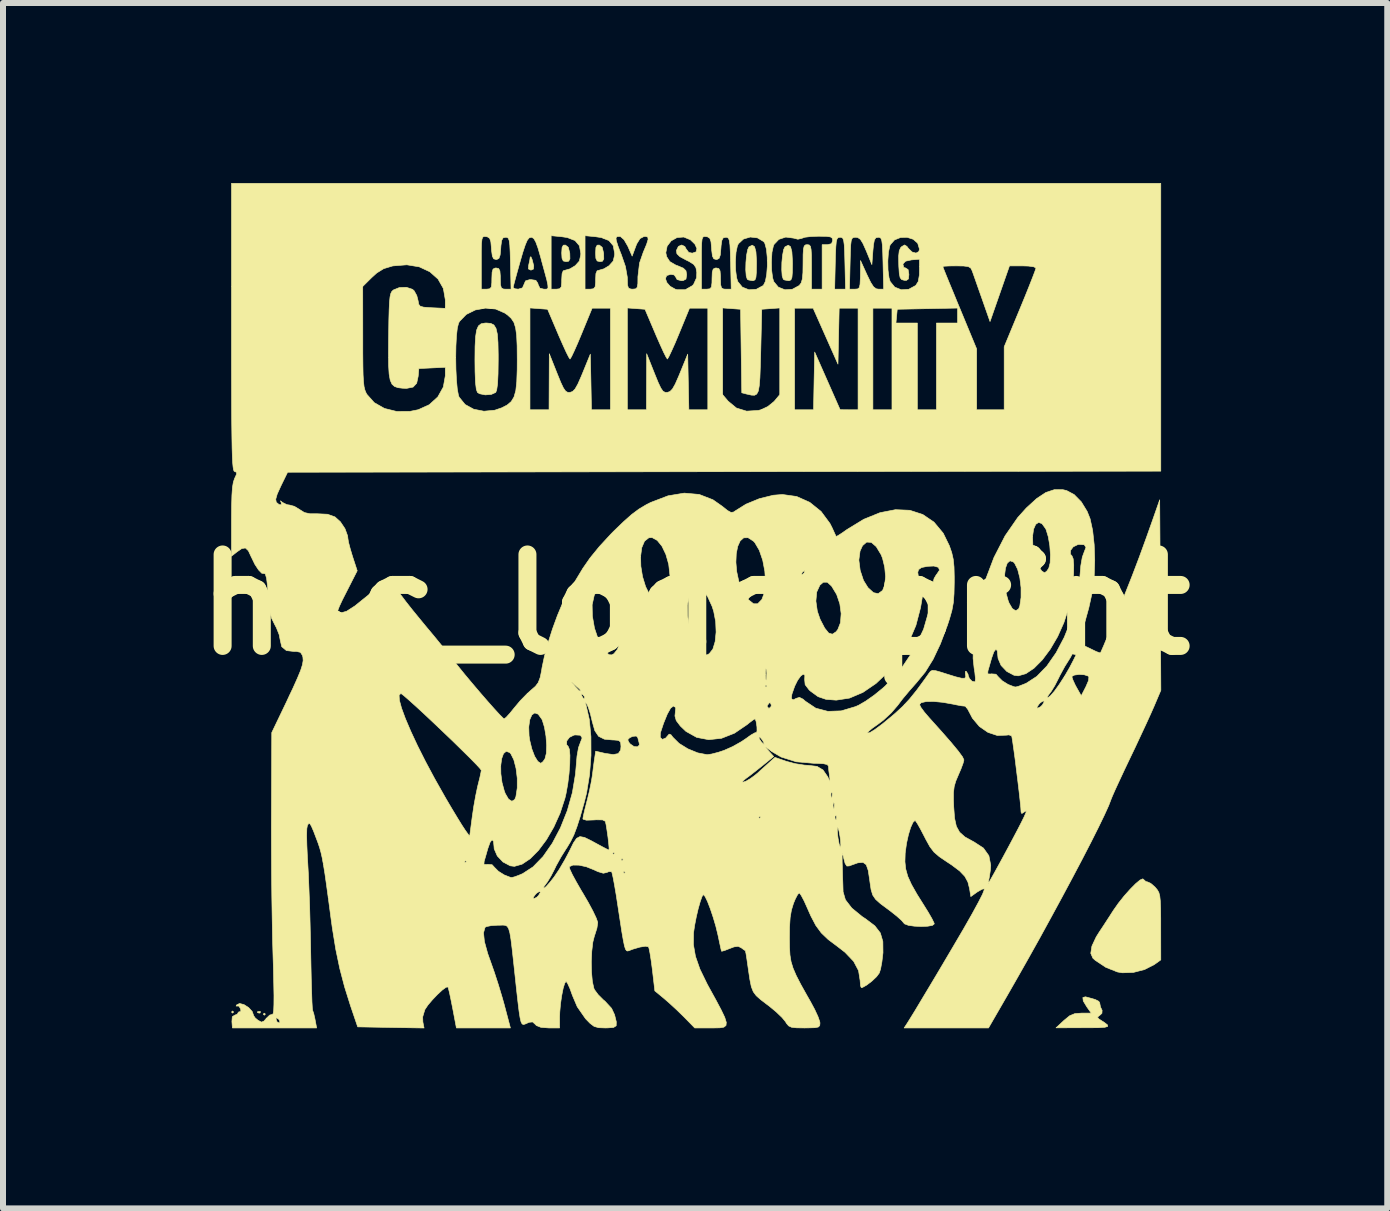
<source format=kicad_pcb>
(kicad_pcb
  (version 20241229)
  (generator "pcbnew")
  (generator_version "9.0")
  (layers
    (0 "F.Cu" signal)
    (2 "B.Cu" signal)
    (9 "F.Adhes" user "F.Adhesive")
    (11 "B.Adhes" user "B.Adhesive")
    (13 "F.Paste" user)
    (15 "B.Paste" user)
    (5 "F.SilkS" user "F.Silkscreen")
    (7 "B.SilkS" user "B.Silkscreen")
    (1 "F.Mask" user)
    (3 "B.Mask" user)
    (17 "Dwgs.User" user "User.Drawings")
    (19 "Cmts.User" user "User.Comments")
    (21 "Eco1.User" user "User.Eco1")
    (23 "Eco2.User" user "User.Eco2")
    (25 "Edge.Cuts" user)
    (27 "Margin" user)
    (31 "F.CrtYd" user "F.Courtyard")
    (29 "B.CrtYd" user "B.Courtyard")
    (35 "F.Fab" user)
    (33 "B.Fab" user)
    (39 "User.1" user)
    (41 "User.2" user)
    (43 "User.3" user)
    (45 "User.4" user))
  (footprint "hsc_logo_print"
    (layer "F.Cu")
    (at 8.534 7.025)
    (property "Reference" "hsc_logo_print" (at 0 0 0) (layer "F.SilkS") (effects (font (size 1.524 1.524) (thickness 0.3))))
    (attr through_hole)
    (fp_poly (pts (xy -7.691 6.791) (xy -7.708 6.809) (xy -7.726 6.791) (xy -7.708 6.773) (xy -7.691 6.791)) (stroke (width 0.01) (type solid)) (fill yes) (layer "F.SilkS"))
    (fp_poly (pts (xy -7.161 6.826) (xy -7.179 6.844) (xy -7.197 6.826) (xy -7.179 6.809) (xy -7.161 6.826)) (stroke (width 0.01) (type solid)) (fill yes) (layer "F.SilkS"))
    (fp_poly (pts (xy -7.244 6.785) (xy -7.249 6.806) (xy -7.267 6.809) (xy -7.296 6.796) (xy -7.291 6.785) (xy -7.249 6.781) (xy -7.244 6.785)) (stroke (width 0.01) (type solid)) (fill yes) (layer "F.SilkS"))
    (fp_poly (pts (xy -2.716 -5.75) (xy -2.689 -5.645) (xy -2.694 -5.591) (xy -2.733 -5.574) (xy -2.738 -5.574) (xy -2.778 -5.593) (xy -2.774 -5.653) (xy -2.755 -5.74) (xy -2.749 -5.786) (xy -2.737 -5.797) (xy -2.716 -5.75)) (stroke (width 0.01) (type solid)) (fill yes) (layer "F.SilkS"))
    (fp_poly (pts (xy -2.113 -5.953) (xy -2.089 -5.858) (xy -2.088 -5.847) (xy -2.086 -5.76) (xy -2.107 -5.722) (xy -2.15 -5.715) (xy -2.197 -5.726) (xy -2.218 -5.771) (xy -2.223 -5.859) (xy -2.217 -5.951) (xy -2.196 -5.989) (xy -2.161 -5.991) (xy -2.113 -5.953)) (stroke (width 0.01) (type solid)) (fill yes) (layer "F.SilkS"))
    (fp_poly (pts (xy -1.548 -5.953) (xy -1.525 -5.858) (xy -1.524 -5.847) (xy -1.522 -5.76) (xy -1.543 -5.722) (xy -1.585 -5.715) (xy -1.632 -5.726) (xy -1.654 -5.771) (xy -1.658 -5.859) (xy -1.653 -5.951) (xy -1.632 -5.989) (xy -1.596 -5.991) (xy -1.548 -5.953)) (stroke (width 0.01) (type solid)) (fill yes) (layer "F.SilkS"))
    (fp_poly (pts (xy 0.991 -5.963) (xy 1.014 -5.878) (xy 1.023 -5.729) (xy 1.023 -5.678) (xy 1.021 -5.537) (xy 1.014 -5.453) (xy 0.998 -5.411) (xy 0.969 -5.398) (xy 0.958 -5.397) (xy 0.891 -5.409) (xy 0.87 -5.421) (xy 0.852 -5.476) (xy 0.844 -5.578) (xy 0.847 -5.701) (xy 0.858 -5.822) (xy 0.877 -5.917) (xy 0.898 -5.961) (xy 0.953 -5.989) (xy 0.991 -5.963)) (stroke (width 0.01) (type solid)) (fill yes) (layer "F.SilkS"))
    (fp_poly (pts (xy 1.591 -5.963) (xy 1.613 -5.878) (xy 1.622 -5.729) (xy 1.623 -5.678) (xy 1.621 -5.537) (xy 1.614 -5.453) (xy 1.597 -5.411) (xy 1.569 -5.398) (xy 1.558 -5.397) (xy 1.491 -5.409) (xy 1.47 -5.421) (xy 1.451 -5.476) (xy 1.444 -5.578) (xy 1.446 -5.701) (xy 1.458 -5.822) (xy 1.476 -5.917) (xy 1.498 -5.961) (xy 1.553 -5.989) (xy 1.591 -5.963)) (stroke (width 0.01) (type solid)) (fill yes) (layer "F.SilkS"))
    (fp_poly (pts (xy -3.404 -4.685) (xy -3.353 -4.659) (xy -3.318 -4.603) (xy -3.296 -4.508) (xy -3.285 -4.366) (xy -3.281 -4.165) (xy -3.281 -4.079) (xy -3.284 -3.844) (xy -3.292 -3.677) (xy -3.307 -3.574) (xy -3.323 -3.535) (xy -3.396 -3.502) (xy -3.497 -3.494) (xy -3.591 -3.513) (xy -3.627 -3.535) (xy -3.646 -3.587) (xy -3.66 -3.702) (xy -3.667 -3.881) (xy -3.669 -4.079) (xy -3.667 -4.302) (xy -3.658 -4.464) (xy -3.641 -4.574) (xy -3.611 -4.643) (xy -3.566 -4.679) (xy -3.502 -4.691) (xy -3.475 -4.692) (xy -3.404 -4.685)) (stroke (width 0.01) (type solid)) (fill yes) (layer "F.SilkS"))
    (fp_poly (pts (xy 6.526 6.542) (xy 6.624 6.569) (xy 6.668 6.582) (xy 6.727 6.612) (xy 6.742 6.635) (xy 6.756 6.707) (xy 6.781 6.758) (xy 6.783 6.762) (xy 6.78 6.812) (xy 6.748 6.842) (xy 6.706 6.875) (xy 6.726 6.904) (xy 6.738 6.912) (xy 6.825 6.968) (xy 6.873 7.006) (xy 6.876 7.031) (xy 6.828 7.045) (xy 6.723 7.052) (xy 6.555 7.053) (xy 6.473 7.053) (xy 6.015 7.054) (xy 6.147 6.931) (xy 6.242 6.853) (xy 6.329 6.817) (xy 6.44 6.809) (xy 6.602 6.809) (xy 6.529 6.706) (xy 6.469 6.607) (xy 6.462 6.549) (xy 6.505 6.537) (xy 6.526 6.542)) (stroke (width 0.01) (type solid)) (fill yes) (layer "F.SilkS"))
    (fp_poly (pts (xy 7.47 4.578) (xy 7.513 4.617) (xy 7.536 4.621) (xy 7.593 4.646) (xy 7.663 4.707) (xy 7.673 4.718) (xy 7.706 4.758) (xy 7.729 4.8) (xy 7.744 4.857) (xy 7.753 4.94) (xy 7.758 5.062) (xy 7.76 5.236) (xy 7.76 5.369) (xy 7.761 5.922) (xy 7.651 6.001) (xy 7.49 6.083) (xy 7.303 6.131) (xy 7.119 6.137) (xy 7.038 6.123) (xy 6.845 6.046) (xy 6.67 5.93) (xy 6.629 5.893) (xy 6.594 5.812) (xy 6.613 5.692) (xy 6.685 5.538) (xy 6.736 5.457) (xy 6.809 5.347) (xy 6.898 5.21) (xy 6.97 5.098) (xy 7.054 4.978) (xy 7.151 4.856) (xy 7.25 4.745) (xy 7.341 4.653) (xy 7.415 4.591) (xy 7.461 4.571) (xy 7.47 4.578)) (stroke (width 0.01) (type solid)) (fill yes) (layer "F.SilkS"))
    (fp_poly (pts (xy 7.761 -2.223) (xy 0.485 -2.214) (xy -6.791 -2.205) (xy -6.903 -1.976) (xy -6.964 -1.842) (xy -6.989 -1.755) (xy -6.98 -1.706) (xy -6.978 -1.703) (xy -6.931 -1.665) (xy -6.896 -1.663) (xy -6.897 -1.697) (xy -6.9 -1.702) (xy -6.91 -1.729) (xy -6.879 -1.704) (xy -6.877 -1.702) (xy -6.803 -1.665) (xy -6.756 -1.658) (xy -6.679 -1.637) (xy -6.592 -1.585) (xy -6.587 -1.581) (xy -6.51 -1.533) (xy -6.418 -1.513) (xy -6.298 -1.513) (xy -6.125 -1.505) (xy -6.002 -1.461) (xy -5.912 -1.38) (xy -5.835 -1.265) (xy -5.791 -1.145) (xy -5.786 -1.101) (xy -5.776 -1.039) (xy -5.748 -0.932) (xy -5.71 -0.805) (xy -5.709 -0.802) (xy -5.631 -0.563) (xy -5.797 -0.237) (xy -5.878 -0.078) (xy -5.928 0.029) (xy -5.953 0.094) (xy -5.953 0.127) (xy -5.933 0.14) (xy -5.909 0.141) (xy -5.806 0.111) (xy -5.668 0.022) (xy -5.567 -0.06) (xy -5.391 -0.201) (xy -5.246 -0.294) (xy -5.136 -0.337) (xy -5.084 -0.337) (xy -5.026 -0.297) (xy -4.949 -0.217) (xy -4.89 -0.142) (xy -4.817 -0.045) (xy -4.712 0.088) (xy -4.591 0.236) (xy -4.49 0.359) (xy -4.362 0.512) (xy -4.232 0.671) (xy -4.118 0.814) (xy -4.051 0.9) (xy -3.954 1.022) (xy -3.839 1.164) (xy -3.711 1.317) (xy -3.581 1.47) (xy -3.457 1.613) (xy -3.346 1.738) (xy -3.258 1.834) (xy -3.2 1.892) (xy -3.182 1.905) (xy -3.148 1.879) (xy -3.086 1.811) (xy -3.018 1.727) (xy -2.917 1.606) (xy -2.803 1.489) (xy -2.799 1.485) (xy -1.895 1.485) (xy -1.888 1.521) (xy -1.885 1.527) (xy -1.857 1.57) (xy -1.841 1.571) (xy -1.841 1.569) (xy 1.604 1.569) (xy 1.636 1.588) (xy 1.686 1.563) (xy 1.739 1.547) (xy 1.798 1.576) (xy 1.839 1.612) (xy 2.011 1.727) (xy 2.212 1.78) (xy 2.435 1.772) (xy 2.673 1.701) (xy 2.729 1.676) (xy 2.844 1.609) (xy 2.985 1.51) (xy 3.125 1.396) (xy 3.171 1.355) (xy 3.432 1.071) (xy 3.647 0.752) (xy 3.808 0.411) (xy 3.91 0.059) (xy 3.941 -0.173) (xy 3.958 -0.331) (xy 3.983 -0.435) (xy 4.021 -0.499) (xy 4.028 -0.506) (xy 4.073 -0.573) (xy 4.055 -0.62) (xy 3.98 -0.642) (xy 3.873 -0.637) (xy 3.773 -0.617) (xy 3.725 -0.583) (xy 3.711 -0.538) (xy 3.72 -0.473) (xy 3.755 -0.459) (xy 3.79 -0.44) (xy 3.806 -0.379) (xy 3.804 -0.269) (xy 3.783 -0.102) (xy 3.757 0.053) (xy 3.68 0.347) (xy 3.56 0.629) (xy 3.404 0.89) (xy 3.22 1.121) (xy 3.015 1.315) (xy 2.797 1.464) (xy 2.573 1.559) (xy 2.352 1.593) (xy 2.182 1.58) (xy 2.05 1.535) (xy 1.926 1.445) (xy 1.901 1.423) (xy 1.834 1.335) (xy 1.826 1.251) (xy 1.829 1.178) (xy 1.804 1.16) (xy 1.761 1.19) (xy 1.708 1.263) (xy 1.66 1.36) (xy 1.613 1.494) (xy 1.604 1.569) (xy -1.841 1.569) (xy -1.845 1.533) (xy -1.865 1.508) (xy -1.895 1.485) (xy -2.799 1.485) (xy -2.737 1.429) (xy -2.66 1.362) (xy -2.612 1.298) (xy -2.609 1.288) (xy -2.064 1.288) (xy -1.997 1.367) (xy -1.934 1.434) (xy -1.907 1.443) (xy -1.905 1.434) (xy -1.929 1.405) (xy -1.981 1.358) (xy 1.164 1.358) (xy 1.182 1.376) (xy 1.199 1.358) (xy 1.182 1.341) (xy 1.164 1.358) (xy -1.981 1.358) (xy -1.984 1.355) (xy -2.064 1.288) (xy -2.609 1.288) (xy -2.582 1.216) (xy -2.571 1.164) (xy 1.174 1.164) (xy 1.177 1.24) (xy 1.184 1.261) (xy 1.189 1.244) (xy 1.195 1.141) (xy 1.189 1.085) (xy 1.18 1.068) (xy 1.175 1.112) (xy 1.174 1.164) (xy -2.571 1.164) (xy -2.557 1.093) (xy -2.551 1.052) (xy -2.511 0.862) (xy -2.451 0.641) (xy -2.377 0.408) (xy -2.295 0.184) (xy -2.22 0.004) (xy -1.716 0.004) (xy -1.712 0.192) (xy -1.677 0.393) (xy -1.613 0.583) (xy -1.527 0.741) (xy -1.492 0.784) (xy -1.435 0.836) (xy -1.389 0.839) (xy -1.352 0.819) (xy -1.292 0.743) (xy -1.253 0.618) (xy -1.237 0.459) (xy -1.245 0.285) (xy -1.277 0.113) (xy -1.303 0.032) (xy -1.316 0.004) (xy -0.128 0.004) (xy -0.125 0.192) (xy -0.089 0.393) (xy -0.026 0.583) (xy 0.061 0.741) (xy 0.095 0.784) (xy 0.152 0.836) (xy 0.199 0.839) (xy 0.236 0.819) (xy 0.296 0.743) (xy 0.334 0.618) (xy 0.35 0.459) (xy 0.343 0.285) (xy 0.31 0.113) (xy 0.284 0.032) (xy 0.207 -0.136) (xy 0.127 -0.241) (xy 0.049 -0.283) (xy -0.023 -0.259) (xy -0.087 -0.167) (xy -0.094 -0.15) (xy -0.128 0.004) (xy -1.316 0.004) (xy -1.381 -0.136) (xy -1.46 -0.241) (xy -1.538 -0.283) (xy -1.611 -0.259) (xy -1.674 -0.167) (xy -1.682 -0.15) (xy -1.716 0.004) (xy -2.22 0.004) (xy -2.214 -0.011) (xy -2.14 -0.155) (xy -2.069 -0.274) (xy -1.979 -0.424) (xy -1.887 -0.576) (xy -1.873 -0.6) (xy -1.755 -0.77) (xy -1.728 -0.804) (xy -0.908 -0.804) (xy -0.904 -0.638) (xy -0.876 -0.465) (xy -0.825 -0.299) (xy -0.753 -0.154) (xy -0.696 -0.079) (xy -0.642 -0.024) (xy -0.614 -0.000012) (xy -0.614 0) (xy -0.594 -0.028) (xy -0.55 -0.1) (xy -0.51 -0.168) (xy -0.44 -0.328) (xy -0.419 -0.483) (xy -0.42 -0.494) (xy -0.44 -0.673) (xy -0.449 -0.704) (xy 0.68 -0.704) (xy 0.693 -0.551) (xy 0.726 -0.397) (xy 0.78 -0.251) (xy 0.855 -0.123) (xy 0.891 -0.079) (xy 0.974 -0.013) (xy 1.043 -0.013) (xy 1.087 -0.058) (xy 2.013 -0.058) (xy 2.037 0.111) (xy 2.083 0.245) (xy 2.16 0.393) (xy 2.226 0.475) (xy 2.288 0.494) (xy 2.35 0.453) (xy 2.379 0.415) (xy 2.423 0.302) (xy 2.434 0.151) (xy 2.412 -0.013) (xy 2.36 -0.166) (xy 2.355 -0.175) (xy 2.275 -0.307) (xy 2.204 -0.372) (xy 2.137 -0.372) (xy 2.079 -0.322) (xy 2.027 -0.209) (xy 2.013 -0.058) (xy 1.087 -0.058) (xy 1.109 -0.08) (xy 1.114 -0.088) (xy 1.159 -0.208) (xy 1.174 -0.371) (xy 1.166 -0.496) (xy 1.773 -0.496) (xy 1.777 -0.494) (xy 1.81 -0.519) (xy 1.817 -0.529) (xy 1.826 -0.562) (xy 1.821 -0.564) (xy 1.789 -0.54) (xy 1.782 -0.529) (xy 1.773 -0.496) (xy 1.166 -0.496) (xy 1.162 -0.555) (xy 1.127 -0.739) (xy 1.126 -0.742) (xy 2.729 -0.742) (xy 2.751 -0.57) (xy 2.806 -0.403) (xy 2.881 -0.282) (xy 2.973 -0.198) (xy 3.052 -0.182) (xy 3.123 -0.234) (xy 3.126 -0.238) (xy 3.162 -0.332) (xy 3.174 -0.468) (xy 3.16 -0.622) (xy 3.124 -0.771) (xy 3.1 -0.831) (xy 3.019 -0.965) (xy 2.937 -1.036) (xy 2.859 -1.041) (xy 2.79 -0.981) (xy 2.749 -0.891) (xy 2.729 -0.742) (xy 1.126 -0.742) (xy 1.07 -0.905) (xy 0.996 -1.031) (xy 0.972 -1.057) (xy 0.883 -1.114) (xy 0.809 -1.112) (xy 0.751 -1.06) (xy 0.71 -0.969) (xy 0.686 -0.847) (xy 0.68 -0.704) (xy -0.449 -0.704) (xy -0.487 -0.836) (xy -0.552 -0.972) (xy -0.631 -1.069) (xy -0.716 -1.116) (xy -0.771 -1.113) (xy -0.843 -1.056) (xy -0.889 -0.948) (xy -0.908 -0.804) (xy -1.728 -0.804) (xy -1.595 -0.967) (xy -1.405 -1.173) (xy -1.36 -1.219) (xy -1.193 -1.38) (xy -1.058 -1.5) (xy -0.936 -1.591) (xy -0.814 -1.664) (xy -0.741 -1.701) (xy -0.451 -1.812) (xy -0.181 -1.857) (xy 0.069 -1.835) (xy 0.298 -1.746) (xy 0.452 -1.638) (xy 0.542 -1.566) (xy 0.598 -1.536) (xy 0.64 -1.541) (xy 0.663 -1.557) (xy 0.848 -1.673) (xy 1.072 -1.765) (xy 1.304 -1.822) (xy 1.456 -1.834) (xy 1.692 -1.801) (xy 1.91 -1.704) (xy 2.099 -1.552) (xy 2.247 -1.352) (xy 2.285 -1.277) (xy 2.323 -1.193) (xy 2.347 -1.141) (xy 2.35 -1.135) (xy 2.38 -1.148) (xy 2.45 -1.193) (xy 2.531 -1.25) (xy 2.811 -1.421) (xy 3.082 -1.531) (xy 3.339 -1.581) (xy 3.578 -1.571) (xy 3.794 -1.501) (xy 3.981 -1.374) (xy 4.135 -1.189) (xy 4.237 -0.981) (xy 4.277 -0.865) (xy 4.302 -0.755) (xy 4.315 -0.628) (xy 4.319 -0.463) (xy 4.319 -0.37) (xy 4.315 -0.18) (xy 4.304 -0.034) (xy 4.28 0.097) (xy 4.24 0.238) (xy 4.206 0.343) (xy 4.088 0.656) (xy 3.967 0.912) (xy 3.836 1.124) (xy 3.689 1.303) (xy 3.575 1.432) (xy 3.458 1.572) (xy 3.375 1.682) (xy 3.269 1.805) (xy 3.137 1.927) (xy 3.048 1.994) (xy 2.952 2.062) (xy 2.889 2.115) (xy 2.871 2.142) (xy 2.871 2.142) (xy 2.912 2.135) (xy 2.998 2.082) (xy 3.124 1.988) (xy 3.284 1.856) (xy 3.34 1.808) (xy 3.46 1.697) (xy 3.488 1.667) (xy 3.74 1.667) (xy 3.763 1.714) (xy 3.822 1.794) (xy 3.902 1.887) (xy 4.105 2.113) (xy 4.267 2.298) (xy 4.385 2.441) (xy 4.457 2.539) (xy 4.48 2.59) (xy 4.466 2.645) (xy 4.43 2.742) (xy 4.388 2.839) (xy 4.344 2.943) (xy 4.318 3.033) (xy 4.306 3.133) (xy 4.306 3.266) (xy 4.31 3.371) (xy 4.324 3.56) (xy 4.354 3.696) (xy 4.408 3.794) (xy 4.497 3.873) (xy 4.631 3.947) (xy 4.648 3.956) (xy 4.805 4.058) (xy 4.896 4.186) (xy 4.927 4.344) (xy 4.922 4.419) (xy 4.905 4.533) (xy 4.888 4.624) (xy 4.881 4.648) (xy 4.89 4.64) (xy 4.926 4.58) (xy 4.983 4.479) (xy 5.055 4.348) (xy 5.137 4.198) (xy 5.222 4.04) (xy 5.305 3.884) (xy 5.38 3.742) (xy 5.44 3.625) (xy 5.479 3.546) (xy 5.515 3.465) (xy 5.518 3.437) (xy 5.491 3.453) (xy 5.488 3.455) (xy 5.445 3.483) (xy 5.432 3.459) (xy 5.432 3.453) (xy 5.428 3.386) (xy 5.416 3.269) (xy 5.399 3.116) (xy 5.378 2.94) (xy 5.355 2.756) (xy 5.333 2.576) (xy 5.311 2.416) (xy 5.293 2.289) (xy 5.28 2.209) (xy 5.275 2.189) (xy 5.23 2.172) (xy 5.186 2.177) (xy 5.036 2.182) (xy 4.88 2.13) (xy 4.737 2.031) (xy 4.622 1.894) (xy 4.586 1.825) (xy 4.542 1.742) (xy 4.514 1.708) (xy 5.698 1.708) (xy 5.705 1.729) (xy 5.756 1.704) (xy 5.786 1.675) (xy 5.818 1.62) (xy 5.804 1.605) (xy 5.756 1.634) (xy 5.733 1.658) (xy 5.698 1.708) (xy 4.514 1.708) (xy 4.504 1.696) (xy 4.494 1.693) (xy 4.443 1.688) (xy 4.351 1.671) (xy 4.304 1.661) (xy 4.131 1.63) (xy 3.975 1.615) (xy 3.849 1.617) (xy 3.767 1.636) (xy 3.74 1.667) (xy 3.488 1.667) (xy 3.573 1.576) (xy 3.692 1.429) (xy 3.829 1.242) (xy 3.896 1.147) (xy 3.923 1.112) (xy 3.955 1.097) (xy 4.009 1.102) (xy 4.101 1.128) (xy 4.188 1.156) (xy 4.342 1.204) (xy 4.441 1.228) (xy 4.493 1.228) (xy 4.511 1.205) (xy 4.505 1.164) (xy 4.503 1.116) (xy 4.519 1.113) (xy 4.549 1.162) (xy 4.551 1.18) (xy 4.571 1.233) (xy 4.614 1.277) (xy 4.656 1.289) (xy 4.668 1.28) (xy 4.672 1.232) (xy 4.664 1.155) (xy 4.877 1.155) (xy 4.92 1.158) (xy 4.936 1.155) (xy 5.014 1.161) (xy 5.055 1.207) (xy 5.119 1.271) (xy 5.217 1.332) (xy 5.315 1.37) (xy 5.345 1.374) (xy 5.396 1.36) (xy 5.484 1.326) (xy 5.523 1.309) (xy 5.695 1.197) (xy 5.862 1.025) (xy 6.016 0.804) (xy 6.152 0.546) (xy 6.266 0.26) (xy 6.351 -0.041) (xy 6.402 -0.346) (xy 6.412 -0.459) (xy 6.428 -0.648) (xy 6.453 -0.791) (xy 6.484 -0.875) (xy 6.484 -0.875) (xy 6.514 -0.953) (xy 6.485 -0.997) (xy 6.399 -1.002) (xy 6.378 -0.999) (xy 6.302 -0.962) (xy 6.257 -0.902) (xy 6.255 -0.84) (xy 6.281 -0.81) (xy 6.301 -0.762) (xy 6.31 -0.66) (xy 6.308 -0.519) (xy 6.295 -0.356) (xy 6.274 -0.186) (xy 6.245 -0.024) (xy 6.227 0.053) (xy 6.146 0.301) (xy 6.042 0.534) (xy 5.919 0.744) (xy 5.786 0.922) (xy 5.648 1.061) (xy 5.512 1.152) (xy 5.385 1.188) (xy 5.316 1.179) (xy 5.195 1.115) (xy 5.099 1.014) (xy 5.049 0.897) (xy 5.045 0.858) (xy 5.036 0.769) (xy 5.012 0.746) (xy 4.979 0.788) (xy 4.942 0.891) (xy 4.911 1) (xy 4.885 1.089) (xy 4.88 1.108) (xy 4.877 1.155) (xy 4.664 1.155) (xy 4.663 1.139) (xy 4.65 1.058) (xy 4.633 0.898) (xy 4.636 0.693) (xy 4.653 0.471) (xy 4.721 0.032) (xy 4.831 -0.39) (xy 4.87 -0.492) (xy 5.158 -0.492) (xy 5.159 -0.355) (xy 5.178 -0.21) (xy 5.216 -0.069) (xy 5.232 -0.026) (xy 5.287 0.068) (xy 5.343 0.103) (xy 5.39 0.075) (xy 5.411 0.026) (xy 5.432 -0.118) (xy 5.432 -0.282) (xy 5.412 -0.445) (xy 5.375 -0.588) (xy 5.325 -0.688) (xy 5.305 -0.709) (xy 5.248 -0.729) (xy 5.203 -0.691) (xy 5.173 -0.608) (xy 5.158 -0.492) (xy 4.87 -0.492) (xy 4.981 -0.785) (xy 5.162 -1.137) (xy 5.624 -1.137) (xy 5.629 -0.988) (xy 5.64 -0.913) (xy 5.675 -0.769) (xy 5.722 -0.646) (xy 5.775 -0.561) (xy 5.824 -0.529) (xy 5.861 -0.557) (xy 5.894 -0.605) (xy 5.917 -0.695) (xy 5.922 -0.829) (xy 5.911 -0.982) (xy 5.886 -1.129) (xy 5.85 -1.247) (xy 5.842 -1.264) (xy 5.781 -1.348) (xy 5.725 -1.369) (xy 5.676 -1.336) (xy 5.641 -1.256) (xy 5.624 -1.137) (xy 5.162 -1.137) (xy 5.164 -1.142) (xy 5.377 -1.45) (xy 5.519 -1.608) (xy 5.693 -1.767) (xy 5.846 -1.868) (xy 5.988 -1.915) (xy 6.13 -1.914) (xy 6.191 -1.9) (xy 6.317 -1.833) (xy 6.436 -1.712) (xy 6.534 -1.552) (xy 6.583 -1.429) (xy 6.625 -1.236) (xy 6.651 -0.997) (xy 6.66 -0.735) (xy 6.651 -0.474) (xy 6.624 -0.236) (xy 6.618 -0.202) (xy 6.561 0.056) (xy 6.49 0.311) (xy 6.411 0.546) (xy 6.329 0.745) (xy 6.249 0.892) (xy 6.243 0.901) (xy 6.161 1.032) (xy 6.081 1.179) (xy 6.053 1.236) (xy 5.995 1.35) (xy 5.936 1.446) (xy 5.908 1.483) (xy 5.872 1.533) (xy 5.877 1.552) (xy 5.92 1.522) (xy 5.988 1.444) (xy 6.07 1.33) (xy 6.152 1.203) (xy 6.279 1.203) (xy 6.296 1.256) (xy 6.336 1.343) (xy 6.357 1.381) (xy 6.435 1.52) (xy 6.513 1.369) (xy 6.558 1.264) (xy 6.562 1.206) (xy 6.549 1.191) (xy 6.485 1.17) (xy 6.4 1.165) (xy 6.323 1.175) (xy 6.281 1.197) (xy 6.279 1.203) (xy 6.152 1.203) (xy 6.158 1.194) (xy 6.242 1.049) (xy 6.306 0.926) (xy 6.364 0.807) (xy 6.412 0.718) (xy 6.44 0.673) (xy 6.444 0.67) (xy 6.481 0.685) (xy 6.559 0.722) (xy 6.602 0.743) (xy 6.689 0.785) (xy 6.746 0.805) (xy 6.756 0.805) (xy 6.772 0.77) (xy 6.811 0.681) (xy 6.867 0.546) (xy 6.938 0.378) (xy 7.017 0.185) (xy 7.021 0.176) (xy 7.162 -0.171) (xy 7.286 -0.484) (xy 7.402 -0.789) (xy 7.52 -1.113) (xy 7.632 -1.429) (xy 7.743 -1.746) (xy 7.753 -0.159) (xy 7.762 1.429) (xy 7.65 1.693) (xy 7.597 1.813) (xy 7.521 1.98) (xy 7.429 2.177) (xy 7.33 2.389) (xy 7.247 2.562) (xy 7.154 2.757) (xy 7.071 2.935) (xy 7.002 3.084) (xy 6.954 3.193) (xy 6.931 3.25) (xy 6.892 3.352) (xy 6.821 3.508) (xy 6.722 3.713) (xy 6.599 3.958) (xy 6.455 4.237) (xy 6.293 4.544) (xy 6.118 4.871) (xy 5.933 5.212) (xy 5.742 5.561) (xy 5.547 5.91) (xy 5.353 6.252) (xy 5.211 6.5) (xy 4.89 7.056) (xy 3.484 7.056) (xy 3.536 6.976) (xy 3.584 6.899) (xy 3.663 6.771) (xy 3.766 6.599) (xy 3.889 6.394) (xy 4.026 6.165) (xy 4.171 5.92) (xy 4.292 5.715) (xy 4.474 5.405) (xy 4.617 5.154) (xy 4.722 4.961) (xy 4.79 4.828) (xy 4.819 4.753) (xy 4.819 4.737) (xy 4.782 4.744) (xy 4.714 4.783) (xy 4.698 4.793) (xy 4.595 4.867) (xy 4.574 4.735) (xy 4.546 4.624) (xy 4.495 4.53) (xy 4.409 4.44) (xy 4.276 4.34) (xy 4.197 4.288) (xy 4.069 4.201) (xy 3.981 4.125) (xy 3.913 4.036) (xy 3.845 3.913) (xy 3.82 3.864) (xy 3.757 3.743) (xy 3.705 3.651) (xy 3.671 3.602) (xy 3.665 3.598) (xy 3.631 3.63) (xy 3.592 3.716) (xy 3.555 3.837) (xy 3.524 3.977) (xy 3.504 4.12) (xy 3.501 4.148) (xy 3.497 4.286) (xy 3.51 4.407) (xy 3.544 4.529) (xy 3.605 4.664) (xy 3.698 4.828) (xy 3.806 5) (xy 3.885 5.127) (xy 3.946 5.233) (xy 3.981 5.304) (xy 3.986 5.322) (xy 3.955 5.347) (xy 3.875 5.361) (xy 3.768 5.365) (xy 3.654 5.36) (xy 3.555 5.346) (xy 3.491 5.322) (xy 3.48 5.31) (xy 3.443 5.266) (xy 3.364 5.195) (xy 3.256 5.109) (xy 3.213 5.077) (xy 3.088 4.984) (xy 3.008 4.912) (xy 2.96 4.841) (xy 2.933 4.752) (xy 2.914 4.625) (xy 2.909 4.586) (xy 2.885 4.43) (xy 2.852 4.336) (xy 2.799 4.297) (xy 2.713 4.304) (xy 2.584 4.35) (xy 2.569 4.356) (xy 2.529 4.358) (xy 2.5 4.315) (xy 2.477 4.227) (xy 2.462 4.163) (xy 2.453 4.15) (xy 2.45 4.194) (xy 2.451 4.299) (xy 2.454 4.374) (xy 2.458 4.529) (xy 2.463 4.669) (xy 2.466 4.77) (xy 2.466 4.786) (xy 2.505 4.92) (xy 2.611 5.058) (xy 2.784 5.2) (xy 2.843 5.239) (xy 2.995 5.354) (xy 3.087 5.473) (xy 3.129 5.616) (xy 3.131 5.803) (xy 3.129 5.82) (xy 3.113 5.956) (xy 3.091 6.074) (xy 3.07 6.14) (xy 3.024 6.202) (xy 2.947 6.275) (xy 2.861 6.341) (xy 2.79 6.381) (xy 2.77 6.385) (xy 2.757 6.354) (xy 2.751 6.279) (xy 2.751 6.271) (xy 2.724 6.101) (xy 2.642 5.946) (xy 2.499 5.796) (xy 2.374 5.699) (xy 2.218 5.582) (xy 2.103 5.472) (xy 2.012 5.348) (xy 1.929 5.19) (xy 1.871 5.059) (xy 1.818 4.941) (xy 1.771 4.852) (xy 1.741 4.808) (xy 1.738 4.807) (xy 1.71 4.831) (xy 1.671 4.905) (xy 1.639 4.982) (xy 1.605 5.094) (xy 1.584 5.218) (xy 1.574 5.375) (xy 1.572 5.56) (xy 1.574 5.715) (xy 1.581 5.84) (xy 1.599 5.95) (xy 1.632 6.059) (xy 1.684 6.18) (xy 1.76 6.328) (xy 1.865 6.516) (xy 1.921 6.614) (xy 1.993 6.748) (xy 2.048 6.867) (xy 2.078 6.953) (xy 2.081 6.975) (xy 2.077 7.017) (xy 2.053 7.041) (xy 1.996 7.052) (xy 1.889 7.055) (xy 1.824 7.056) (xy 1.691 7.054) (xy 1.609 7.045) (xy 1.559 7.022) (xy 1.523 6.98) (xy 1.506 6.951) (xy 1.449 6.882) (xy 1.352 6.789) (xy 1.234 6.691) (xy 1.2 6.666) (xy 1.094 6.585) (xy 1.02 6.52) (xy 0.97 6.453) (xy 0.937 6.369) (xy 0.913 6.251) (xy 0.888 6.084) (xy 0.881 6.035) (xy 0.863 5.909) (xy 0.848 5.815) (xy 0.838 5.77) (xy 0.837 5.769) (xy 0.806 5.748) (xy 0.77 5.721) (xy 0.718 5.696) (xy 0.649 5.705) (xy 0.58 5.731) (xy 0.496 5.764) (xy 0.446 5.778) (xy 0.441 5.777) (xy 0.431 5.741) (xy 0.412 5.653) (xy 0.386 5.531) (xy 0.38 5.503) (xy 0.346 5.363) (xy 0.302 5.214) (xy 0.254 5.071) (xy 0.207 4.949) (xy 0.166 4.865) (xy 0.138 4.834) (xy 0.116 4.865) (xy 0.086 4.949) (xy 0.052 5.068) (xy 0.02 5.205) (xy -0.007 5.343) (xy -0.025 5.464) (xy -0.026 5.473) (xy -0.028 5.667) (xy 0.006 5.863) (xy 0.08 6.075) (xy 0.199 6.32) (xy 0.221 6.361) (xy 0.345 6.586) (xy 0.435 6.756) (xy 0.494 6.879) (xy 0.52 6.963) (xy 0.515 7.015) (xy 0.479 7.043) (xy 0.413 7.054) (xy 0.316 7.056) (xy 0.262 7.056) (xy -0.006 7.056) (xy -0.188 6.87) (xy -0.306 6.755) (xy -0.43 6.641) (xy -0.521 6.562) (xy -0.671 6.438) (xy -0.712 6.085) (xy -0.732 5.934) (xy -0.752 5.808) (xy -0.769 5.726) (xy -0.778 5.703) (xy -0.827 5.694) (xy -0.921 5.709) (xy -1.04 5.744) (xy -1.099 5.767) (xy -1.123 5.774) (xy -1.142 5.769) (xy -1.16 5.744) (xy -1.177 5.69) (xy -1.196 5.598) (xy -1.22 5.461) (xy -1.249 5.271) (xy -1.286 5.03) (xy -1.315 4.84) (xy -1.343 4.675) (xy -1.367 4.548) (xy -1.385 4.47) (xy -1.388 4.463) (xy -1.199 4.463) (xy -1.182 4.48) (xy -1.164 4.463) (xy -1.182 4.445) (xy -1.199 4.463) (xy -1.388 4.463) (xy -1.391 4.453) (xy -1.436 4.45) (xy -1.471 4.465) (xy -1.53 4.478) (xy -1.62 4.451) (xy -1.687 4.42) (xy -1.812 4.37) (xy -1.935 4.343) (xy -2.036 4.342) (xy -2.095 4.368) (xy -2.097 4.371) (xy -2.087 4.412) (xy -2.046 4.5) (xy -1.979 4.623) (xy -1.894 4.771) (xy -1.87 4.81) (xy -1.778 4.968) (xy -1.702 5.11) (xy -1.648 5.224) (xy -1.623 5.295) (xy -1.623 5.303) (xy -1.636 5.393) (xy -1.67 5.501) (xy -1.676 5.516) (xy -1.704 5.625) (xy -1.722 5.778) (xy -1.73 5.953) (xy -1.726 6.129) (xy -1.712 6.283) (xy -1.687 6.395) (xy -1.678 6.417) (xy -1.616 6.501) (xy -1.527 6.59) (xy -1.503 6.609) (xy -1.392 6.729) (xy -1.342 6.836) (xy -1.313 6.954) (xy -1.315 7.02) (xy -1.359 7.048) (xy -1.455 7.055) (xy -1.495 7.056) (xy -1.606 7.052) (xy -1.682 7.031) (xy -1.75 6.98) (xy -1.825 6.903) (xy -1.964 6.703) (xy -2.044 6.515) (xy -2.086 6.399) (xy -2.124 6.315) (xy -2.149 6.28) (xy -2.15 6.279) (xy -2.173 6.312) (xy -2.199 6.397) (xy -2.223 6.517) (xy -2.243 6.654) (xy -2.255 6.791) (xy -2.258 6.867) (xy -2.258 7.056) (xy -2.439 7.056) (xy -2.569 7.046) (xy -2.645 7.016) (xy -2.665 6.995) (xy -2.708 6.956) (xy -2.767 6.962) (xy -2.8 6.977) (xy -2.835 6.992) (xy -2.862 6.999) (xy -2.883 6.989) (xy -2.901 6.954) (xy -2.917 6.886) (xy -2.934 6.777) (xy -2.953 6.62) (xy -2.977 6.407) (xy -2.998 6.209) (xy -3.027 5.94) (xy -3.05 5.733) (xy -3.069 5.579) (xy -3.087 5.472) (xy -3.107 5.403) (xy -3.131 5.363) (xy -3.162 5.346) (xy -3.203 5.342) (xy -3.257 5.344) (xy -3.29 5.344) (xy -3.399 5.351) (xy -3.478 5.367) (xy -3.501 5.38) (xy -3.526 5.471) (xy -3.511 5.617) (xy -3.456 5.817) (xy -3.408 5.952) (xy -3.347 6.125) (xy -3.279 6.334) (xy -3.215 6.547) (xy -3.183 6.66) (xy -3.078 7.056) (xy -3.978 7.056) (xy -4.04 6.729) (xy -4.069 6.584) (xy -4.094 6.465) (xy -4.113 6.39) (xy -4.119 6.373) (xy -4.15 6.378) (xy -4.213 6.424) (xy -4.293 6.498) (xy -4.377 6.586) (xy -4.452 6.674) (xy -4.503 6.75) (xy -4.504 6.752) (xy -4.54 6.872) (xy -4.537 6.956) (xy -4.517 7.057) (xy -5.07 7.048) (xy -5.623 7.038) (xy -5.743 6.685) (xy -5.841 6.373) (xy -5.921 6.068) (xy -5.988 5.747) (xy -6.046 5.389) (xy -6.069 5.221) (xy -6.109 4.919) (xy -6.114 4.883) (xy -2.698 4.883) (xy -2.691 4.904) (xy -2.64 4.879) (xy -2.61 4.85) (xy -2.578 4.795) (xy -2.592 4.78) (xy -2.64 4.809) (xy -2.663 4.833) (xy -2.698 4.883) (xy -6.114 4.883) (xy -6.138 4.708) (xy -2.524 4.708) (xy -2.519 4.727) (xy -2.483 4.7) (xy -2.421 4.631) (xy -2.35 4.541) (xy -2.264 4.413) (xy -2.171 4.254) (xy -2.169 4.251) (xy -1.235 4.251) (xy -1.217 4.269) (xy -1.199 4.251) (xy -1.217 4.233) (xy -1.235 4.251) (xy -2.169 4.251) (xy -2.113 4.145) (xy -1.376 4.145) (xy -1.358 4.163) (xy -1.341 4.145) (xy -1.358 4.128) (xy -1.376 4.145) (xy -2.113 4.145) (xy -2.09 4.1) (xy -2.027 3.972) (xy -1.975 3.896) (xy -1.919 3.867) (xy -1.843 3.881) (xy -1.731 3.936) (xy -1.632 3.99) (xy -1.532 4.044) (xy -1.46 4.081) (xy -1.435 4.092) (xy -1.433 4.061) (xy -1.44 3.982) (xy -1.452 3.876) (xy -1.468 3.764) (xy -1.469 3.758) (xy 2.37 3.758) (xy 2.376 3.845) (xy 2.383 3.897) (xy 2.4 3.989) (xy 2.417 4.04) (xy 2.423 4.044) (xy 2.428 4.003) (xy 2.422 3.916) (xy 2.415 3.865) (xy 2.398 3.772) (xy 2.381 3.721) (xy 2.374 3.717) (xy 2.37 3.758) (xy -1.469 3.758) (xy -1.483 3.67) (xy -1.496 3.613) (xy -1.497 3.612) (xy -1.541 3.589) (xy -1.645 3.587) (xy -1.69 3.59) (xy -1.811 3.594) (xy -1.866 3.578) (xy -1.87 3.568) (xy -1.866 3.545) (xy 1.058 3.545) (xy 1.076 3.563) (xy 1.094 3.545) (xy 1.091 3.542) (xy 2.331 3.542) (xy 2.338 3.588) (xy 2.35 3.589) (xy 2.358 3.542) (xy 2.352 3.521) (xy 2.337 3.508) (xy 2.331 3.542) (xy 1.091 3.542) (xy 1.076 3.528) (xy 1.058 3.545) (xy -1.866 3.545) (xy -1.861 3.517) (xy -1.838 3.417) (xy -1.821 3.351) (xy 2.299 3.351) (xy 2.304 3.401) (xy 2.316 3.395) (xy 2.321 3.323) (xy 2.316 3.307) (xy 2.304 3.303) (xy 2.299 3.351) (xy -1.821 3.351) (xy -1.806 3.29) (xy -1.801 3.272) (xy -1.777 3.175) (xy 2.263 3.175) (xy 2.269 3.225) (xy 2.281 3.219) (xy 2.286 3.147) (xy 2.281 3.131) (xy 2.268 3.126) (xy 2.263 3.175) (xy -1.777 3.175) (xy -1.763 3.116) (xy -1.731 2.961) (xy 0.793 2.961) (xy 0.795 2.961) (xy 0.848 2.944) (xy 0.918 2.903) (xy 0.995 2.847) (xy 1.045 2.806) (xy 1.093 2.761) (xy 1.171 2.691) (xy 1.207 2.658) (xy 1.331 2.547) (xy 1.521 2.613) (xy 1.667 2.652) (xy 1.822 2.676) (xy 1.888 2.68) (xy 2.032 2.697) (xy 2.132 2.757) (xy 2.21 2.87) (xy 2.226 2.905) (xy 2.246 2.944) (xy 2.249 2.923) (xy 2.241 2.862) (xy 2.228 2.766) (xy 2.223 2.696) (xy 2.223 2.694) (xy 2.203 2.667) (xy 2.138 2.652) (xy 2.016 2.646) (xy 1.981 2.646) (xy 1.685 2.62) (xy 1.434 2.541) (xy 1.277 2.449) (xy 1.2 2.391) (xy 1.173 2.376) (xy 1.191 2.4) (xy 1.228 2.442) (xy 1.31 2.532) (xy 1.121 2.686) (xy 1.01 2.774) (xy 0.909 2.853) (xy 0.845 2.9) (xy 0.796 2.941) (xy 0.793 2.961) (xy -1.731 2.961) (xy -1.73 2.958) (xy -1.711 2.84) (xy -1.695 2.71) (xy -1.679 2.591) (xy -1.673 2.554) (xy -1.657 2.444) (xy -1.502 2.48) (xy -1.365 2.5) (xy -1.281 2.484) (xy -1.241 2.426) (xy -1.235 2.365) (xy -1.241 2.295) (xy -1.273 2.264) (xy -1.352 2.257) (xy -1.367 2.257) (xy -1.416 2.253) (xy -1.123 2.253) (xy -1.104 2.295) (xy -1.08 2.324) (xy -1.017 2.367) (xy -0.959 2.371) (xy -0.928 2.34) (xy -0.933 2.303) (xy -0.951 2.237) (xy -0.953 2.22) (xy -0.957 2.215) (xy -0.581 2.215) (xy -0.545 2.247) (xy -0.49 2.225) (xy -0.471 2.203) (xy -0.432 2.159) (xy -0.402 2.17) (xy -0.37 2.212) (xy -0.267 2.314) (xy -0.12 2.405) (xy 0.044 2.472) (xy 0.2 2.502) (xy 0.202 2.502) (xy 0.276 2.491) (xy 0.388 2.462) (xy 0.484 2.43) (xy 0.628 2.366) (xy 0.773 2.284) (xy 0.843 2.237) (xy 0.887 2.206) (xy 1.063 2.206) (xy 1.071 2.239) (xy 1.105 2.29) (xy 1.142 2.325) (xy 1.151 2.328) (xy 1.146 2.303) (xy 1.122 2.259) (xy 1.083 2.212) (xy 1.063 2.206) (xy 0.887 2.206) (xy 0.931 2.174) (xy 0.997 2.137) (xy 1.02 2.133) (xy 1.032 2.112) (xy 1.031 2.043) (xy 1.029 2.026) (xy 1.016 1.945) (xy 1 1.906) (xy 0.998 1.905) (xy 0.962 1.926) (xy 0.895 1.977) (xy 0.869 1.999) (xy 0.656 2.144) (xy 0.44 2.229) (xy 0.227 2.252) (xy 0.027 2.214) (xy -0.152 2.114) (xy -0.246 2.024) (xy -0.314 1.934) (xy -0.336 1.857) (xy -0.33 1.799) (xy -0.323 1.722) (xy -0.348 1.695) (xy 1.199 1.695) (xy 1.226 1.728) (xy 1.235 1.729) (xy 1.266 1.7) (xy 1.27 1.674) (xy 1.253 1.637) (xy 1.235 1.64) (xy 1.201 1.686) (xy 1.199 1.695) (xy -0.348 1.695) (xy -0.349 1.695) (xy -0.363 1.693) (xy -0.408 1.727) (xy -0.463 1.825) (xy -0.526 1.98) (xy -0.579 2.14) (xy -0.581 2.215) (xy -0.957 2.215) (xy -0.979 2.191) (xy -1.042 2.197) (xy -1.092 2.221) (xy -1.123 2.253) (xy -1.416 2.253) (xy -1.511 2.244) (xy -1.608 2.196) (xy -1.671 2.102) (xy -1.714 1.95) (xy -1.744 1.824) (xy -1.777 1.72) (xy -1.799 1.668) (xy -1.828 1.627) (xy -1.826 1.648) (xy -1.817 1.676) (xy -1.763 1.916) (xy -1.736 2.201) (xy -1.735 2.514) (xy -1.759 2.834) (xy -1.809 3.142) (xy -1.848 3.298) (xy -1.913 3.528) (xy -1.969 3.703) (xy -2.02 3.838) (xy -2.074 3.948) (xy -2.134 4.048) (xy -2.152 4.075) (xy -2.234 4.206) (xy -2.316 4.354) (xy -2.343 4.411) (xy -2.402 4.525) (xy -2.46 4.621) (xy -2.488 4.658) (xy -2.524 4.708) (xy -6.138 4.708) (xy -6.142 4.678) (xy -6.169 4.488) (xy -6.193 4.34) (xy -6.194 4.33) (xy -3.519 4.33) (xy -3.476 4.333) (xy -3.46 4.33) (xy -3.383 4.336) (xy -3.341 4.382) (xy -3.277 4.446) (xy -3.179 4.507) (xy -3.081 4.545) (xy -3.052 4.549) (xy -3 4.535) (xy -2.912 4.501) (xy -2.873 4.484) (xy -2.701 4.372) (xy -2.534 4.2) (xy -2.38 3.979) (xy -2.244 3.721) (xy -2.13 3.435) (xy -2.045 3.134) (xy -1.994 2.829) (xy -1.984 2.716) (xy -1.968 2.527) (xy -1.943 2.384) (xy -1.912 2.3) (xy -1.912 2.3) (xy -1.882 2.222) (xy -1.912 2.178) (xy -1.997 2.173) (xy -2.019 2.176) (xy -2.094 2.213) (xy -2.139 2.273) (xy -2.141 2.335) (xy -2.115 2.365) (xy -2.095 2.413) (xy -2.086 2.515) (xy -2.089 2.656) (xy -2.101 2.819) (xy -2.122 2.989) (xy -2.151 3.151) (xy -2.169 3.228) (xy -2.25 3.476) (xy -2.355 3.709) (xy -2.477 3.919) (xy -2.61 4.097) (xy -2.748 4.236) (xy -2.884 4.327) (xy -3.011 4.363) (xy -3.081 4.354) (xy -3.202 4.29) (xy -3.297 4.189) (xy -3.348 4.072) (xy -3.351 4.033) (xy -3.36 3.944) (xy -3.384 3.921) (xy -3.417 3.963) (xy -3.454 4.066) (xy -3.485 4.175) (xy -3.511 4.264) (xy -3.516 4.283) (xy -3.519 4.33) (xy -6.194 4.33) (xy -6.203 4.286) (xy -3.845 4.286) (xy -3.828 4.304) (xy -3.81 4.286) (xy -3.828 4.269) (xy -3.845 4.286) (xy -6.203 4.286) (xy -6.214 4.224) (xy -6.235 4.132) (xy -6.257 4.053) (xy -6.282 3.978) (xy -6.302 3.925) (xy -6.357 3.78) (xy -6.395 3.692) (xy -6.42 3.652) (xy -6.44 3.65) (xy -6.46 3.678) (xy -6.461 3.68) (xy -6.471 3.736) (xy -6.474 3.85) (xy -6.47 4.012) (xy -6.461 4.211) (xy -6.456 4.293) (xy -6.445 4.49) (xy -6.435 4.739) (xy -6.424 5.023) (xy -6.416 5.323) (xy -6.409 5.623) (xy -6.406 5.793) (xy -6.401 6.044) (xy -6.396 6.272) (xy -6.39 6.468) (xy -6.385 6.621) (xy -6.379 6.723) (xy -6.374 6.763) (xy -6.356 6.814) (xy -6.336 6.903) (xy -6.332 6.924) (xy -6.307 7.056) (xy -7.711 7.056) (xy -7.719 6.95) (xy -7.713 6.869) (xy -7.674 6.844) (xy -7.673 6.844) (xy -7.626 6.824) (xy -7.62 6.807) (xy -7.599 6.784) (xy -7.588 6.789) (xy -7.57 6.778) (xy -7.574 6.739) (xy -7.603 6.692) (xy -7.629 6.691) (xy -7.649 6.691) (xy -7.64 6.672) (xy -7.591 6.648) (xy -7.518 6.667) (xy -7.441 6.716) (xy -7.381 6.782) (xy -7.356 6.852) (xy -7.33 6.89) (xy -7.283 6.929) (xy -7.226 6.959) (xy -7.184 6.941) (xy -7.151 6.902) (xy -6.985 6.902) (xy -6.968 6.953) (xy -6.933 6.973) (xy -6.92 6.967) (xy -6.925 6.931) (xy -6.943 6.907) (xy -6.979 6.887) (xy -6.985 6.902) (xy -7.151 6.902) (xy -7.147 6.897) (xy -7.09 6.842) (xy -7.044 6.829) (xy -7.031 6.816) (xy -7.023 6.763) (xy -7.019 6.665) (xy -7.018 6.515) (xy -7.022 6.31) (xy -7.028 6.042) (xy -7.034 5.848) (xy -7.042 5.566) (xy -7.048 5.231) (xy -7.054 4.86) (xy -7.058 4.469) (xy -7.06 4.078) (xy -7.061 3.702) (xy -7.06 3.493) (xy -7.055 2.134) (xy -6.81 1.623) (xy -6.758 1.511) (xy -4.933 1.511) (xy -4.928 1.595) (xy -4.892 1.727) (xy -4.828 1.901) (xy -4.738 2.112) (xy -4.626 2.352) (xy -4.493 2.616) (xy -4.342 2.898) (xy -4.176 3.192) (xy -4.145 3.246) (xy -4.05 3.407) (xy -3.96 3.556) (xy -3.886 3.676) (xy -3.836 3.752) (xy -3.833 3.757) (xy -3.757 3.863) (xy -3.714 3.537) (xy -3.688 3.361) (xy -3.656 3.183) (xy -3.625 3.035) (xy -3.617 3.003) (xy -3.588 2.887) (xy -3.569 2.798) (xy -3.563 2.761) (xy -3.588 2.728) (xy -3.629 2.683) (xy -3.239 2.683) (xy -3.237 2.82) (xy -3.218 2.965) (xy -3.18 3.106) (xy -3.164 3.149) (xy -3.109 3.243) (xy -3.053 3.278) (xy -3.006 3.25) (xy -2.986 3.201) (xy -2.964 3.057) (xy -2.964 2.893) (xy -2.984 2.73) (xy -3.021 2.587) (xy -3.071 2.487) (xy -3.091 2.466) (xy -3.148 2.446) (xy -3.193 2.484) (xy -3.223 2.567) (xy -3.239 2.683) (xy -3.629 2.683) (xy -3.656 2.655) (xy -3.759 2.55) (xy -3.89 2.421) (xy -4.038 2.276) (xy -4.198 2.123) (xy -4.287 2.038) (xy -2.772 2.038) (xy -2.767 2.187) (xy -2.756 2.262) (xy -2.721 2.406) (xy -2.674 2.529) (xy -2.621 2.614) (xy -2.572 2.646) (xy -2.535 2.618) (xy -2.502 2.57) (xy -2.479 2.48) (xy -2.474 2.346) (xy -2.485 2.193) (xy -2.51 2.046) (xy -2.546 1.928) (xy -2.554 1.911) (xy -2.615 1.827) (xy -2.672 1.806) (xy -2.72 1.839) (xy -2.755 1.919) (xy -2.772 2.038) (xy -4.287 2.038) (xy -4.359 1.97) (xy -4.513 1.825) (xy -4.653 1.696) (xy -4.77 1.591) (xy -4.855 1.517) (xy -4.9 1.483) (xy -4.904 1.482) (xy -4.933 1.511) (xy -6.758 1.511) (xy -6.704 1.398) (xy -6.627 1.226) (xy -6.574 1.098) (xy -6.544 1.004) (xy -6.532 0.933) (xy -6.536 0.877) (xy -6.544 0.848) (xy -6.577 0.796) (xy -6.647 0.781) (xy -6.685 0.782) (xy -6.811 0.767) (xy -6.889 0.702) (xy -6.914 0.593) (xy -6.932 0.501) (xy -6.978 0.386) (xy -7.006 0.333) (xy -7.057 0.23) (xy -7.089 0.119) (xy -7.106 -0.026) (xy -7.111 -0.112) (xy -7.125 -0.305) (xy -7.142 -0.439) (xy -7.163 -0.511) (xy -7.185 -0.517) (xy -7.222 -0.522) (xy -7.276 -0.578) (xy -7.337 -0.671) (xy -7.393 -0.787) (xy -7.394 -0.788) (xy -7.445 -0.897) (xy -7.494 -0.943) (xy -7.555 -0.933) (xy -7.633 -0.879) (xy -7.726 -0.806) (xy -7.726 -1.405) (xy -7.724 -1.644) (xy -7.719 -1.823) (xy -7.71 -1.952) (xy -7.695 -2.041) (xy -7.675 -2.1) (xy -7.673 -2.104) (xy -7.641 -2.174) (xy -7.645 -2.206) (xy -7.673 -2.216) (xy -7.684 -2.225) (xy -7.693 -2.25) (xy -7.7 -2.296) (xy -7.707 -2.368) (xy -7.712 -2.471) (xy -7.716 -2.608) (xy -7.719 -2.786) (xy -7.722 -3.009) (xy -7.724 -3.281) (xy -7.725 -3.608) (xy -7.726 -3.994) (xy -7.726 -4.444) (xy -7.726 -4.624) (xy -7.726 -5.301) (xy -5.539 -5.301) (xy -5.538 -4.458) (xy -5.538 -4.19) (xy -5.536 -3.983) (xy -5.533 -3.828) (xy -5.526 -3.714) (xy -5.517 -3.633) (xy -5.503 -3.575) (xy -5.485 -3.531) (xy -5.47 -3.503) (xy -5.346 -3.364) (xy -5.176 -3.268) (xy -4.974 -3.218) (xy -4.754 -3.219) (xy -4.614 -3.247) (xy -4.431 -3.33) (xy -4.288 -3.46) (xy -4.196 -3.625) (xy -4.163 -3.81) (xy -4.163 -3.954) (xy -4.604 -3.933) (xy -4.615 -3.804) (xy -4.64 -3.688) (xy -4.7 -3.624) (xy -4.806 -3.603) (xy -4.874 -3.605) (xy -4.95 -3.614) (xy -5.008 -3.634) (xy -5.051 -3.672) (xy -5.081 -3.739) (xy -5.099 -3.841) (xy -5.108 -3.988) (xy -5.109 -4.116) (xy -3.989 -4.116) (xy -3.986 -3.922) (xy -3.977 -3.741) (xy -3.963 -3.589) (xy -3.943 -3.484) (xy -3.933 -3.457) (xy -3.833 -3.334) (xy -3.689 -3.255) (xy -3.519 -3.222) (xy -3.337 -3.239) (xy -3.318 -3.246) (xy -2.752 -3.246) (xy -2.434 -3.246) (xy -2.432 -3.713) (xy -2.43 -4.18) (xy -2.3 -3.853) (xy -2.239 -3.703) (xy -2.194 -3.608) (xy -2.157 -3.556) (xy -2.122 -3.536) (xy -2.086 -3.535) (xy -2.041 -3.551) (xy -2 -3.593) (xy -1.954 -3.674) (xy -1.896 -3.806) (xy -1.874 -3.859) (xy -1.746 -4.173) (xy -1.736 -3.709) (xy -1.727 -3.246) (xy -1.411 -3.246) (xy -1.129 -3.246) (xy -0.811 -3.246) (xy -0.809 -3.713) (xy -0.807 -4.18) (xy -0.677 -3.853) (xy -0.616 -3.703) (xy -0.571 -3.608) (xy -0.535 -3.556) (xy -0.499 -3.536) (xy -0.463 -3.535) (xy -0.418 -3.551) (xy -0.377 -3.593) (xy -0.331 -3.674) (xy -0.273 -3.806) (xy -0.251 -3.859) (xy -0.123 -4.173) (xy -0.104 -3.246) (xy 0.212 -3.246) (xy 0.212 -4.939) (xy -0.093 -4.939) (xy -0.267 -4.516) (xy -0.333 -4.358) (xy -0.392 -4.227) (xy -0.436 -4.134) (xy -0.46 -4.093) (xy -0.462 -4.092) (xy -0.483 -4.123) (xy -0.525 -4.206) (xy -0.582 -4.331) (xy -0.649 -4.483) (xy -0.659 -4.507) (xy -0.835 -4.921) (xy -0.982 -4.932) (xy -1.129 -4.943) (xy 0.459 -4.943) (xy 0.459 -3.498) (xy 0.55 -3.39) (xy 0.689 -3.275) (xy 0.858 -3.223) (xy 1.053 -3.235) (xy 1.1 -3.247) (xy 1.212 -3.3) (xy 1.312 -3.381) (xy 1.321 -3.39) (xy 1.411 -3.498) (xy 1.411 -4.939) (xy 1.658 -4.939) (xy 1.658 -3.246) (xy 1.974 -3.246) (xy 1.983 -3.727) (xy 1.993 -4.208) (xy 2.417 -3.247) (xy 2.566 -3.246) (xy 2.716 -3.246) (xy 2.716 -4.939) (xy 2.963 -4.939) (xy 2.963 -3.246) (xy 3.281 -3.246) (xy 3.281 -4.692) (xy 3.347 -4.692) (xy 3.704 -4.692) (xy 3.704 -3.246) (xy 4.022 -3.246) (xy 4.022 -4.692) (xy 4.374 -4.692) (xy 4.374 -4.941) (xy 3.369 -4.921) (xy 3.347 -4.692) (xy 3.281 -4.692) (xy 3.281 -4.939) (xy 2.963 -4.939) (xy 2.716 -4.939) (xy 2.401 -4.939) (xy 2.391 -4.473) (xy 2.381 -4.007) (xy 2.174 -4.473) (xy 1.967 -4.939) (xy 1.658 -4.939) (xy 1.411 -4.939) (xy 1.411 -4.943) (xy 1.261 -4.932) (xy 1.111 -4.921) (xy 1.094 -4.216) (xy 1.087 -3.966) (xy 1.08 -3.778) (xy 1.069 -3.645) (xy 1.053 -3.557) (xy 1.027 -3.508) (xy 0.991 -3.488) (xy 0.94 -3.49) (xy 0.873 -3.505) (xy 0.862 -3.507) (xy 0.778 -3.529) (xy 0.768 -4.225) (xy 0.758 -4.921) (xy 0.609 -4.932) (xy 0.459 -4.943) (xy -1.129 -4.943) (xy -1.129 -3.246) (xy -1.411 -3.246) (xy -1.411 -4.939) (xy -1.716 -4.939) (xy -1.89 -4.516) (xy -1.956 -4.358) (xy -2.014 -4.227) (xy -2.058 -4.134) (xy -2.083 -4.093) (xy -2.085 -4.092) (xy -2.106 -4.123) (xy -2.148 -4.206) (xy -2.205 -4.331) (xy -2.272 -4.483) (xy -2.282 -4.507) (xy -2.458 -4.921) (xy -2.605 -4.932) (xy -2.752 -4.943) (xy -2.752 -3.246) (xy -3.318 -3.246) (xy -3.221 -3.279) (xy -3.131 -3.326) (xy -3.064 -3.383) (xy -3.018 -3.459) (xy -2.988 -3.565) (xy -2.972 -3.713) (xy -2.965 -3.912) (xy -2.964 -4.082) (xy -2.966 -4.313) (xy -2.974 -4.485) (xy -2.991 -4.61) (xy -3.019 -4.701) (xy -3.064 -4.769) (xy -3.126 -4.826) (xy -3.172 -4.858) (xy -3.325 -4.925) (xy -3.495 -4.94) (xy -3.664 -4.909) (xy -3.813 -4.835) (xy -3.923 -4.722) (xy -3.941 -4.691) (xy -3.962 -4.611) (xy -3.977 -4.478) (xy -3.986 -4.307) (xy -3.989 -4.116) (xy -5.109 -4.116) (xy -5.11 -4.187) (xy -5.108 -4.447) (xy -5.107 -4.492) (xy -5.104 -4.732) (xy -5.099 -4.912) (xy -5.093 -5.04) (xy -5.084 -5.128) (xy -5.071 -5.184) (xy -5.054 -5.218) (xy -5.031 -5.24) (xy -5.029 -5.242) (xy -4.928 -5.283) (xy -4.811 -5.287) (xy -4.711 -5.254) (xy -4.683 -5.23) (xy -4.638 -5.149) (xy -4.616 -5.062) (xy -4.606 -5.004) (xy -4.581 -4.972) (xy -4.524 -4.956) (xy -4.418 -4.948) (xy -4.383 -4.946) (xy -4.163 -4.936) (xy -4.163 -5.08) (xy -4.195 -5.267) (xy -4.284 -5.424) (xy -4.421 -5.546) (xy -4.597 -5.628) (xy -4.804 -5.662) (xy -5.031 -5.644) (xy -5.047 -5.641) (xy -5.189 -5.598) (xy -5.305 -5.526) (xy -5.389 -5.45) (xy -5.539 -5.301) (xy -7.726 -5.301) (xy -7.726 -5.7) (xy -3.563 -5.7) (xy -3.563 -5.256) (xy -3.475 -5.256) (xy -3.423 -5.262) (xy -3.396 -5.291) (xy -3.388 -5.362) (xy -3.387 -5.433) (xy -3.383 -5.539) (xy -3.367 -5.591) (xy -3.332 -5.608) (xy -3.316 -5.609) (xy -3.274 -5.6) (xy -3.253 -5.56) (xy -3.246 -5.474) (xy -3.246 -5.433) (xy -3.243 -5.328) (xy -3.228 -5.276) (xy -3.193 -5.258) (xy -3.156 -5.256) (xy -3.067 -5.256) (xy -3.068 -5.283) (xy -3.033 -5.283) (xy -3.004 -5.263) (xy -2.948 -5.256) (xy -2.877 -5.277) (xy -2.851 -5.336) (xy -2.826 -5.394) (xy -2.76 -5.414) (xy -2.734 -5.415) (xy -2.654 -5.403) (xy -2.621 -5.355) (xy -2.617 -5.336) (xy -2.586 -5.272) (xy -2.519 -5.256) (xy -2.484 -5.256) (xy -2.482 -5.256) (xy -2.399 -5.256) (xy -2.311 -5.256) (xy -1.834 -5.256) (xy -1.746 -5.256) (xy -1.692 -5.263) (xy -1.666 -5.295) (xy -1.658 -5.372) (xy -1.658 -5.415) (xy -1.653 -5.515) (xy -1.633 -5.562) (xy -1.592 -5.574) (xy -1.52 -5.595) (xy -1.435 -5.646) (xy -1.434 -5.647) (xy -1.365 -5.724) (xy -1.341 -5.825) (xy -1.341 -5.853) (xy -1.364 -5.98) (xy -1.436 -6.066) (xy -1.55 -6.111) (xy -1.318 -6.111) (xy -1.314 -6.067) (xy -1.286 -5.977) (xy -1.241 -5.859) (xy -1.232 -5.838) (xy -1.161 -5.634) (xy -1.13 -5.457) (xy -1.129 -5.425) (xy -1.126 -5.323) (xy -1.11 -5.274) (xy -1.071 -5.258) (xy -1.041 -5.256) (xy -0.991 -5.261) (xy -0.965 -5.286) (xy -0.954 -5.348) (xy -0.953 -5.433) (xy -0.494 -5.433) (xy -0.472 -5.368) (xy -0.416 -5.304) (xy -0.331 -5.256) (xy -0.3 -5.247) (xy -0.163 -5.247) (xy -0.046 -5.314) (xy -0.025 -5.336) (xy 0.025 -5.447) (xy 0.028 -5.536) (xy 0.014 -5.614) (xy -0.022 -5.668) (xy -0.072 -5.7) (xy 0.106 -5.7) (xy 0.106 -5.256) (xy 0.194 -5.256) (xy 0.246 -5.262) (xy 0.272 -5.291) (xy 0.281 -5.362) (xy 0.282 -5.433) (xy 0.286 -5.539) (xy 0.302 -5.591) (xy 0.336 -5.608) (xy 0.353 -5.609) (xy 0.395 -5.6) (xy 0.416 -5.56) (xy 0.423 -5.474) (xy 0.423 -5.433) (xy 0.426 -5.328) (xy 0.441 -5.276) (xy 0.476 -5.258) (xy 0.513 -5.256) (xy 0.602 -5.256) (xy 0.592 -5.689) (xy 0.591 -5.727) (xy 0.672 -5.727) (xy 0.675 -5.575) (xy 0.692 -5.445) (xy 0.711 -5.383) (xy 0.787 -5.29) (xy 0.897 -5.246) (xy 1.02 -5.254) (xy 1.136 -5.317) (xy 1.138 -5.319) (xy 1.171 -5.385) (xy 1.193 -5.499) (xy 1.204 -5.641) (xy 1.203 -5.727) (xy 1.272 -5.727) (xy 1.275 -5.575) (xy 1.292 -5.445) (xy 1.31 -5.383) (xy 1.387 -5.29) (xy 1.497 -5.246) (xy 1.62 -5.254) (xy 1.736 -5.317) (xy 1.737 -5.319) (xy 1.768 -5.36) (xy 1.787 -5.425) (xy 1.797 -5.532) (xy 1.799 -5.685) (xy 1.8 -5.834) (xy 1.806 -5.927) (xy 1.819 -5.976) (xy 1.843 -5.995) (xy 1.87 -5.997) (xy 1.901 -5.993) (xy 1.922 -5.97) (xy 1.933 -5.918) (xy 1.939 -5.823) (xy 1.94 -5.673) (xy 1.94 -5.627) (xy 1.94 -5.256) (xy 2.117 -5.256) (xy 2.326 -5.256) (xy 2.507 -5.256) (xy 2.573 -5.256) (xy 2.662 -5.256) (xy 2.71 -5.26) (xy 2.737 -5.282) (xy 2.749 -5.338) (xy 2.754 -5.443) (xy 2.755 -5.495) (xy 2.757 -5.733) (xy 2.865 -5.495) (xy 2.927 -5.368) (xy 2.974 -5.295) (xy 3.019 -5.262) (xy 3.058 -5.256) (xy 3.142 -5.256) (xy 3.132 -5.689) (xy 3.131 -5.727) (xy 3.212 -5.727) (xy 3.215 -5.575) (xy 3.232 -5.445) (xy 3.251 -5.383) (xy 3.327 -5.29) (xy 3.437 -5.246) (xy 3.56 -5.254) (xy 3.676 -5.317) (xy 3.678 -5.319) (xy 3.719 -5.384) (xy 3.738 -5.494) (xy 3.739 -5.564) (xy 3.739 -5.634) (xy 4.128 -5.634) (xy 4.14 -5.599) (xy 4.176 -5.509) (xy 4.231 -5.374) (xy 4.302 -5.203) (xy 4.383 -5.005) (xy 4.41 -4.941) (xy 4.692 -4.26) (xy 4.692 -3.246) (xy 5.151 -3.246) (xy 5.151 -4.295) (xy 5.415 -4.932) (xy 5.497 -5.131) (xy 5.568 -5.308) (xy 5.625 -5.453) (xy 5.664 -5.556) (xy 5.68 -5.605) (xy 5.68 -5.607) (xy 5.647 -5.628) (xy 5.555 -5.641) (xy 5.459 -5.644) (xy 5.239 -5.644) (xy 5.077 -5.18) (xy 4.915 -4.716) (xy 4.78 -5.101) (xy 4.723 -5.262) (xy 4.673 -5.405) (xy 4.635 -5.513) (xy 4.616 -5.565) (xy 4.594 -5.608) (xy 4.553 -5.632) (xy 4.476 -5.642) (xy 4.358 -5.644) (xy 4.241 -5.643) (xy 4.158 -5.639) (xy 4.128 -5.634) (xy 3.739 -5.634) (xy 3.739 -5.755) (xy 3.607 -5.744) (xy 3.507 -5.722) (xy 3.465 -5.676) (xy 3.464 -5.671) (xy 3.477 -5.618) (xy 3.508 -5.609) (xy 3.55 -5.582) (xy 3.563 -5.501) (xy 3.555 -5.426) (xy 3.521 -5.402) (xy 3.484 -5.404) (xy 3.442 -5.416) (xy 3.417 -5.448) (xy 3.403 -5.516) (xy 3.395 -5.635) (xy 3.394 -5.665) (xy 3.392 -5.807) (xy 3.402 -5.895) (xy 3.426 -5.948) (xy 3.443 -5.965) (xy 3.492 -5.993) (xy 3.531 -5.968) (xy 3.555 -5.935) (xy 3.617 -5.875) (xy 3.682 -5.857) (xy 3.729 -5.883) (xy 3.739 -5.924) (xy 3.71 -6.021) (xy 3.636 -6.087) (xy 3.534 -6.12) (xy 3.424 -6.117) (xy 3.324 -6.077) (xy 3.254 -5.998) (xy 3.245 -5.978) (xy 3.222 -5.871) (xy 3.212 -5.727) (xy 3.131 -5.727) (xy 3.127 -5.87) (xy 3.121 -5.991) (xy 3.111 -6.066) (xy 3.096 -6.105) (xy 3.073 -6.119) (xy 3.052 -6.121) (xy 3.012 -6.112) (xy 2.988 -6.076) (xy 2.973 -5.996) (xy 2.963 -5.893) (xy 2.946 -5.665) (xy 2.853 -5.893) (xy 2.798 -6.016) (xy 2.755 -6.086) (xy 2.711 -6.116) (xy 2.676 -6.121) (xy 2.641 -6.118) (xy 2.618 -6.104) (xy 2.602 -6.065) (xy 2.593 -5.991) (xy 2.588 -5.87) (xy 2.583 -5.689) (xy 2.583 -5.689) (xy 2.573 -5.256) (xy 2.507 -5.256) (xy 2.497 -5.689) (xy 2.492 -5.87) (xy 2.486 -5.991) (xy 2.476 -6.066) (xy 2.461 -6.105) (xy 2.438 -6.119) (xy 2.417 -6.121) (xy 2.387 -6.116) (xy 2.366 -6.095) (xy 2.353 -6.046) (xy 2.345 -5.957) (xy 2.339 -5.818) (xy 2.336 -5.689) (xy 2.326 -5.256) (xy 2.117 -5.256) (xy 2.117 -5.997) (xy 2.205 -5.997) (xy 2.274 -6.014) (xy 2.293 -6.068) (xy 2.286 -6.105) (xy 2.255 -6.127) (xy 2.186 -6.136) (xy 2.061 -6.138) (xy 2.053 -6.138) (xy 1.927 -6.133) (xy 1.828 -6.121) (xy 1.778 -6.103) (xy 1.713 -6.088) (xy 1.639 -6.107) (xy 1.511 -6.124) (xy 1.396 -6.086) (xy 1.316 -6.002) (xy 1.305 -5.978) (xy 1.281 -5.871) (xy 1.272 -5.727) (xy 1.203 -5.727) (xy 1.202 -5.788) (xy 1.189 -5.921) (xy 1.163 -6.018) (xy 1.144 -6.048) (xy 1.039 -6.111) (xy 0.919 -6.125) (xy 0.806 -6.091) (xy 0.723 -6.014) (xy 0.705 -5.978) (xy 0.682 -5.871) (xy 0.672 -5.727) (xy 0.591 -5.727) (xy 0.587 -5.87) (xy 0.581 -5.991) (xy 0.571 -6.066) (xy 0.556 -6.105) (xy 0.533 -6.119) (xy 0.512 -6.121) (xy 0.469 -6.111) (xy 0.446 -6.069) (xy 0.433 -5.98) (xy 0.43 -5.935) (xy 0.42 -5.825) (xy 0.4 -5.769) (xy 0.365 -5.751) (xy 0.353 -5.75) (xy 0.312 -5.762) (xy 0.289 -5.807) (xy 0.277 -5.902) (xy 0.275 -5.935) (xy 0.265 -6.046) (xy 0.245 -6.104) (xy 0.207 -6.128) (xy 0.185 -6.132) (xy 0.152 -6.134) (xy 0.13 -6.123) (xy 0.116 -6.087) (xy 0.109 -6.015) (xy 0.106 -5.896) (xy 0.106 -5.719) (xy 0.106 -5.7) (xy -0.072 -5.7) (xy -0.099 -5.717) (xy -0.152 -5.743) (xy -0.254 -5.798) (xy -0.303 -5.846) (xy -0.311 -5.898) (xy -0.311 -5.902) (xy -0.278 -5.969) (xy -0.223 -5.992) (xy -0.171 -5.967) (xy -0.152 -5.93) (xy -0.106 -5.868) (xy -0.046 -5.856) (xy 0.017 -5.878) (xy 0.03 -5.933) (xy -0.003 -6.006) (xy -0.078 -6.079) (xy -0.189 -6.125) (xy -0.301 -6.116) (xy -0.399 -6.061) (xy -0.466 -5.973) (xy -0.488 -5.863) (xy -0.474 -5.797) (xy -0.422 -5.716) (xy -0.323 -5.658) (xy -0.29 -5.646) (xy -0.196 -5.606) (xy -0.152 -5.563) (xy -0.141 -5.498) (xy -0.141 -5.496) (xy -0.152 -5.424) (xy -0.199 -5.399) (xy -0.229 -5.397) (xy -0.3 -5.416) (xy -0.318 -5.45) (xy -0.348 -5.493) (xy -0.406 -5.503) (xy -0.473 -5.483) (xy -0.494 -5.433) (xy -0.953 -5.433) (xy -0.953 -5.464) (xy -0.926 -5.691) (xy -0.864 -5.87) (xy -0.808 -6.004) (xy -0.783 -6.085) (xy -0.789 -6.125) (xy -0.825 -6.135) (xy -0.855 -6.132) (xy -0.918 -6.099) (xy -0.972 -6.012) (xy -0.991 -5.964) (xy -1.049 -5.807) (xy -1.122 -5.973) (xy -1.184 -6.08) (xy -1.246 -6.135) (xy -1.3 -6.132) (xy -1.318 -6.111) (xy -1.55 -6.111) (xy -1.565 -6.116) (xy -1.658 -6.13) (xy -1.834 -6.147) (xy -1.834 -5.256) (xy -2.311 -5.256) (xy -2.256 -5.263) (xy -2.23 -5.295) (xy -2.223 -5.372) (xy -2.223 -5.415) (xy -2.217 -5.515) (xy -2.198 -5.562) (xy -2.157 -5.574) (xy -2.084 -5.595) (xy -2 -5.646) (xy -1.998 -5.647) (xy -1.929 -5.724) (xy -1.906 -5.825) (xy -1.905 -5.853) (xy -1.928 -5.98) (xy -2.001 -6.066) (xy -2.129 -6.116) (xy -2.222 -6.13) (xy -2.399 -6.147) (xy -2.399 -5.256) (xy -2.482 -5.256) (xy -2.461 -5.261) (xy -2.451 -5.281) (xy -2.454 -5.327) (xy -2.471 -5.409) (xy -2.505 -5.535) (xy -2.555 -5.717) (xy -2.573 -5.786) (xy -2.619 -5.944) (xy -2.656 -6.044) (xy -2.688 -6.099) (xy -2.721 -6.12) (xy -2.733 -6.121) (xy -2.766 -6.11) (xy -2.797 -6.071) (xy -2.83 -5.994) (xy -2.872 -5.868) (xy -2.916 -5.715) (xy -2.961 -5.555) (xy -2.998 -5.42) (xy -3.023 -5.325) (xy -3.033 -5.283) (xy -3.068 -5.283) (xy -3.077 -5.689) (xy -3.082 -5.87) (xy -3.088 -5.991) (xy -3.098 -6.066) (xy -3.113 -6.105) (xy -3.136 -6.119) (xy -3.157 -6.121) (xy -3.2 -6.111) (xy -3.223 -6.069) (xy -3.236 -5.98) (xy -3.239 -5.935) (xy -3.249 -5.825) (xy -3.269 -5.769) (xy -3.304 -5.751) (xy -3.316 -5.75) (xy -3.357 -5.762) (xy -3.379 -5.807) (xy -3.392 -5.902) (xy -3.394 -5.935) (xy -3.404 -6.046) (xy -3.424 -6.104) (xy -3.462 -6.128) (xy -3.484 -6.132) (xy -3.516 -6.134) (xy -3.539 -6.123) (xy -3.552 -6.087) (xy -3.56 -6.015) (xy -3.563 -5.896) (xy -3.563 -5.719) (xy -3.563 -5.7) (xy -7.726 -5.7) (xy -7.726 -7.02) (xy 7.761 -7.02) (xy 7.761 -2.223)) (stroke (width 0.01) (type solid)) (fill yes) (layer "F.SilkS")))
  (gr_rect
    (start -3 -3)
    (end 20.069 17.088)
    (stroke (width 0.1) (type default))
    (fill no)
    (layer "Edge.Cuts")))
</source>
